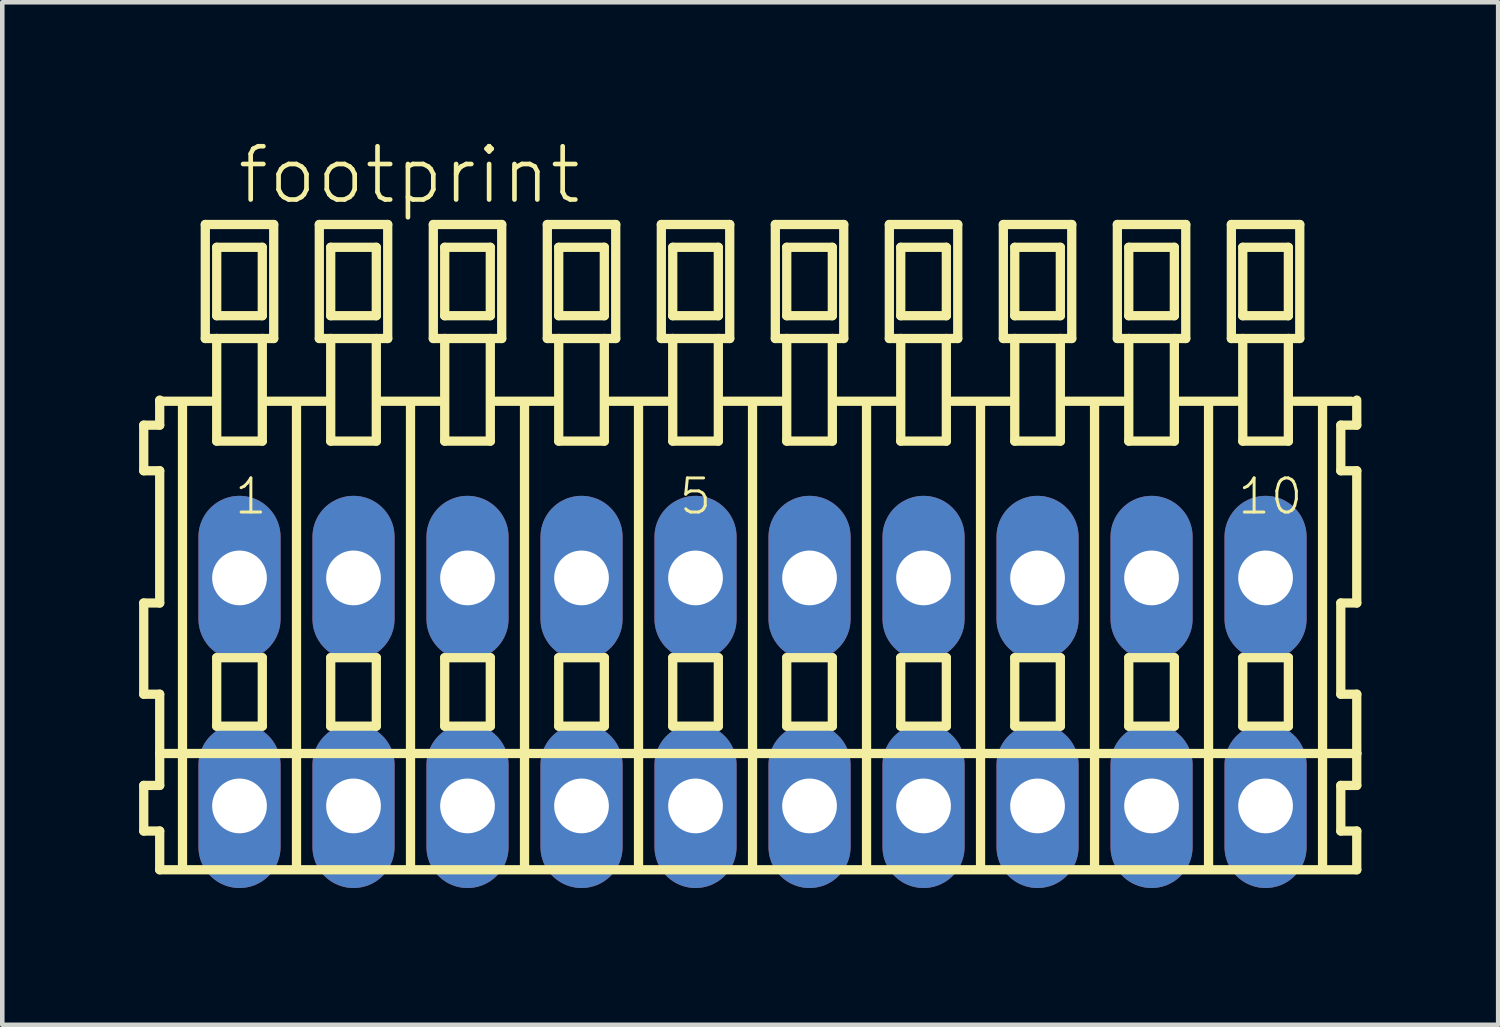
<source format=kicad_pcb>
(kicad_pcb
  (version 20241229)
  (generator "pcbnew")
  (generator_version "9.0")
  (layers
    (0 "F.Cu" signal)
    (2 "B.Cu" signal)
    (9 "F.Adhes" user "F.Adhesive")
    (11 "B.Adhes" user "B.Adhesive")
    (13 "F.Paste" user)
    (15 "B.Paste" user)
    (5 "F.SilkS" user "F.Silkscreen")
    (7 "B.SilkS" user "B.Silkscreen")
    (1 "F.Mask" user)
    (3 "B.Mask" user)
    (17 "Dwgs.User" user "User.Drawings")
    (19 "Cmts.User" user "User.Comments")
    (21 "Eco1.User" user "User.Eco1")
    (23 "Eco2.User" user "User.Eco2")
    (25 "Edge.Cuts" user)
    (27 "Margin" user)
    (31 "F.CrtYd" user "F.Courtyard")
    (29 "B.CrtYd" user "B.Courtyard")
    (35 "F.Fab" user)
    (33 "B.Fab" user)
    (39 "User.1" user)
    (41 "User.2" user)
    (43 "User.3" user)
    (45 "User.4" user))
  (footprint "footprint"
    (layer "F.Cu")
    (at 13.452 12.123)
    (property "Reference" "footprint" (at -11.35 -10.65 0) (layer "F.SilkS") (effects (font (size 1.168 1.168) (thickness 0.102)) (justify left bottom)))
    (fp_line (start -13.35 -5.85) (end -13.35 -4.85) (stroke (width 0.203) (type solid)) (layer "F.SilkS"))
    (fp_line (start -13.35 -4.85) (end -13 -4.85) (stroke (width 0.203) (type solid)) (layer "F.SilkS"))
    (fp_line (start -13.35 -1.95) (end -13.35 0.05) (stroke (width 0.203) (type solid)) (layer "F.SilkS"))
    (fp_line (start -13.35 0.05) (end -13 0.05) (stroke (width 0.203) (type solid)) (layer "F.SilkS"))
    (fp_line (start -13.35 2.05) (end -13.35 3.05) (stroke (width 0.203) (type solid)) (layer "F.SilkS"))
    (fp_line (start -13.35 3.05) (end -13 3.05) (stroke (width 0.203) (type solid)) (layer "F.SilkS"))
    (fp_line (start -13 -6.4) (end -13 -6.375) (stroke (width 0.203) (type solid)) (layer "F.SilkS"))
    (fp_line (start -13 -6.375) (end -13 -5.85) (stroke (width 0.203) (type solid)) (layer "F.SilkS"))
    (fp_line (start -13 -6.375) (end -11.875 -6.375) (stroke (width 0.203) (type solid)) (layer "F.SilkS"))
    (fp_line (start -13 -5.85) (end -13.35 -5.85) (stroke (width 0.203) (type solid)) (layer "F.SilkS"))
    (fp_line (start -13 -4.85) (end -13 -1.95) (stroke (width 0.203) (type solid)) (layer "F.SilkS"))
    (fp_line (start -13 -1.95) (end -13.35 -1.95) (stroke (width 0.203) (type solid)) (layer "F.SilkS"))
    (fp_line (start -13 0.05) (end -13 1.35) (stroke (width 0.203) (type solid)) (layer "F.SilkS"))
    (fp_line (start -13 1.35) (end -13 2.05) (stroke (width 0.203) (type solid)) (layer "F.SilkS"))
    (fp_line (start -13 1.35) (end 13.25 1.35) (stroke (width 0.203) (type solid)) (layer "F.SilkS"))
    (fp_line (start -13 2.05) (end -13.35 2.05) (stroke (width 0.203) (type solid)) (layer "F.SilkS"))
    (fp_line (start -13 3.05) (end -13 3.9) (stroke (width 0.203) (type solid)) (layer "F.SilkS"))
    (fp_line (start -13 3.9) (end 13.25 3.9) (stroke (width 0.203) (type solid)) (layer "F.SilkS"))
    (fp_line (start -12.5 -6.35) (end -12.5 3.8) (stroke (width 0.203) (type solid)) (layer "F.SilkS"))
    (fp_line (start -12 -10.25) (end -12 -7.75) (stroke (width 0.203) (type solid)) (layer "F.SilkS"))
    (fp_line (start -12 -7.75) (end -11.75 -7.75) (stroke (width 0.203) (type solid)) (layer "F.SilkS"))
    (fp_line (start -11.75 -9.75) (end -11.75 -8.25) (stroke (width 0.203) (type solid)) (layer "F.SilkS"))
    (fp_line (start -11.75 -8.25) (end -10.75 -8.25) (stroke (width 0.203) (type solid)) (layer "F.SilkS"))
    (fp_line (start -11.75 -7.75) (end -11.75 -5.5) (stroke (width 0.203) (type solid)) (layer "F.SilkS"))
    (fp_line (start -11.75 -7.75) (end -10.75 -7.75) (stroke (width 0.203) (type solid)) (layer "F.SilkS"))
    (fp_line (start -11.75 -5.5) (end -10.75 -5.5) (stroke (width 0.203) (type solid)) (layer "F.SilkS"))
    (fp_line (start -11.75 -0.75) (end -11.75 0.75) (stroke (width 0.203) (type solid)) (layer "F.SilkS"))
    (fp_line (start -11.75 0.75) (end -10.75 0.75) (stroke (width 0.203) (type solid)) (layer "F.SilkS"))
    (fp_line (start -10.75 -9.75) (end -11.75 -9.75) (stroke (width 0.203) (type solid)) (layer "F.SilkS"))
    (fp_line (start -10.75 -8.25) (end -10.75 -9.75) (stroke (width 0.203) (type solid)) (layer "F.SilkS"))
    (fp_line (start -10.75 -7.75) (end -10.5 -7.75) (stroke (width 0.203) (type solid)) (layer "F.SilkS"))
    (fp_line (start -10.75 -5.5) (end -10.75 -7.75) (stroke (width 0.203) (type solid)) (layer "F.SilkS"))
    (fp_line (start -10.75 -0.75) (end -11.75 -0.75) (stroke (width 0.203) (type solid)) (layer "F.SilkS"))
    (fp_line (start -10.75 0.75) (end -10.75 -0.75) (stroke (width 0.203) (type solid)) (layer "F.SilkS"))
    (fp_line (start -10.625 -6.375) (end -9.375 -6.375) (stroke (width 0.203) (type solid)) (layer "F.SilkS"))
    (fp_line (start -10.5 -10.25) (end -12 -10.25) (stroke (width 0.203) (type solid)) (layer "F.SilkS"))
    (fp_line (start -10.5 -7.75) (end -10.5 -10.25) (stroke (width 0.203) (type solid)) (layer "F.SilkS"))
    (fp_line (start -10 -6.35) (end -10 3.8) (stroke (width 0.203) (type solid)) (layer "F.SilkS"))
    (fp_line (start -9.5 -10.25) (end -9.5 -7.75) (stroke (width 0.203) (type solid)) (layer "F.SilkS"))
    (fp_line (start -9.5 -7.75) (end -9.25 -7.75) (stroke (width 0.203) (type solid)) (layer "F.SilkS"))
    (fp_line (start -9.25 -9.75) (end -9.25 -8.25) (stroke (width 0.203) (type solid)) (layer "F.SilkS"))
    (fp_line (start -9.25 -8.25) (end -8.25 -8.25) (stroke (width 0.203) (type solid)) (layer "F.SilkS"))
    (fp_line (start -9.25 -7.75) (end -9.25 -5.5) (stroke (width 0.203) (type solid)) (layer "F.SilkS"))
    (fp_line (start -9.25 -7.75) (end -8.25 -7.75) (stroke (width 0.203) (type solid)) (layer "F.SilkS"))
    (fp_line (start -9.25 -5.5) (end -8.25 -5.5) (stroke (width 0.203) (type solid)) (layer "F.SilkS"))
    (fp_line (start -9.25 -0.75) (end -9.25 0.75) (stroke (width 0.203) (type solid)) (layer "F.SilkS"))
    (fp_line (start -9.25 0.75) (end -8.25 0.75) (stroke (width 0.203) (type solid)) (layer "F.SilkS"))
    (fp_line (start -8.25 -9.75) (end -9.25 -9.75) (stroke (width 0.203) (type solid)) (layer "F.SilkS"))
    (fp_line (start -8.25 -8.25) (end -8.25 -9.75) (stroke (width 0.203) (type solid)) (layer "F.SilkS"))
    (fp_line (start -8.25 -7.75) (end -8 -7.75) (stroke (width 0.203) (type solid)) (layer "F.SilkS"))
    (fp_line (start -8.25 -5.5) (end -8.25 -7.75) (stroke (width 0.203) (type solid)) (layer "F.SilkS"))
    (fp_line (start -8.25 -0.75) (end -9.25 -0.75) (stroke (width 0.203) (type solid)) (layer "F.SilkS"))
    (fp_line (start -8.25 0.75) (end -8.25 -0.75) (stroke (width 0.203) (type solid)) (layer "F.SilkS"))
    (fp_line (start -8.125 -6.375) (end -6.875 -6.375) (stroke (width 0.203) (type solid)) (layer "F.SilkS"))
    (fp_line (start -8 -10.25) (end -9.5 -10.25) (stroke (width 0.203) (type solid)) (layer "F.SilkS"))
    (fp_line (start -8 -7.75) (end -8 -10.25) (stroke (width 0.203) (type solid)) (layer "F.SilkS"))
    (fp_line (start -7.5 -6.35) (end -7.5 3.8) (stroke (width 0.203) (type solid)) (layer "F.SilkS"))
    (fp_line (start -7 -10.25) (end -7 -7.75) (stroke (width 0.203) (type solid)) (layer "F.SilkS"))
    (fp_line (start -7 -7.75) (end -6.75 -7.75) (stroke (width 0.203) (type solid)) (layer "F.SilkS"))
    (fp_line (start -6.75 -9.75) (end -6.75 -8.25) (stroke (width 0.203) (type solid)) (layer "F.SilkS"))
    (fp_line (start -6.75 -8.25) (end -5.75 -8.25) (stroke (width 0.203) (type solid)) (layer "F.SilkS"))
    (fp_line (start -6.75 -7.75) (end -6.75 -5.5) (stroke (width 0.203) (type solid)) (layer "F.SilkS"))
    (fp_line (start -6.75 -7.75) (end -5.75 -7.75) (stroke (width 0.203) (type solid)) (layer "F.SilkS"))
    (fp_line (start -6.75 -5.5) (end -5.75 -5.5) (stroke (width 0.203) (type solid)) (layer "F.SilkS"))
    (fp_line (start -6.75 -0.75) (end -6.75 0.75) (stroke (width 0.203) (type solid)) (layer "F.SilkS"))
    (fp_line (start -6.75 0.75) (end -5.75 0.75) (stroke (width 0.203) (type solid)) (layer "F.SilkS"))
    (fp_line (start -5.75 -9.75) (end -6.75 -9.75) (stroke (width 0.203) (type solid)) (layer "F.SilkS"))
    (fp_line (start -5.75 -8.25) (end -5.75 -9.75) (stroke (width 0.203) (type solid)) (layer "F.SilkS"))
    (fp_line (start -5.75 -7.75) (end -5.5 -7.75) (stroke (width 0.203) (type solid)) (layer "F.SilkS"))
    (fp_line (start -5.75 -5.5) (end -5.75 -7.75) (stroke (width 0.203) (type solid)) (layer "F.SilkS"))
    (fp_line (start -5.75 -0.75) (end -6.75 -0.75) (stroke (width 0.203) (type solid)) (layer "F.SilkS"))
    (fp_line (start -5.75 0.75) (end -5.75 -0.75) (stroke (width 0.203) (type solid)) (layer "F.SilkS"))
    (fp_line (start -5.625 -6.375) (end -4.375 -6.375) (stroke (width 0.203) (type solid)) (layer "F.SilkS"))
    (fp_line (start -5.5 -10.25) (end -7 -10.25) (stroke (width 0.203) (type solid)) (layer "F.SilkS"))
    (fp_line (start -5.5 -7.75) (end -5.5 -10.25) (stroke (width 0.203) (type solid)) (layer "F.SilkS"))
    (fp_line (start -5 -6.35) (end -5 3.8) (stroke (width 0.203) (type solid)) (layer "F.SilkS"))
    (fp_line (start -4.5 -10.25) (end -4.5 -7.75) (stroke (width 0.203) (type solid)) (layer "F.SilkS"))
    (fp_line (start -4.5 -7.75) (end -4.25 -7.75) (stroke (width 0.203) (type solid)) (layer "F.SilkS"))
    (fp_line (start -4.25 -9.75) (end -4.25 -8.25) (stroke (width 0.203) (type solid)) (layer "F.SilkS"))
    (fp_line (start -4.25 -8.25) (end -3.25 -8.25) (stroke (width 0.203) (type solid)) (layer "F.SilkS"))
    (fp_line (start -4.25 -7.75) (end -4.25 -5.5) (stroke (width 0.203) (type solid)) (layer "F.SilkS"))
    (fp_line (start -4.25 -7.75) (end -3.25 -7.75) (stroke (width 0.203) (type solid)) (layer "F.SilkS"))
    (fp_line (start -4.25 -5.5) (end -3.25 -5.5) (stroke (width 0.203) (type solid)) (layer "F.SilkS"))
    (fp_line (start -4.25 -0.75) (end -4.25 0.75) (stroke (width 0.203) (type solid)) (layer "F.SilkS"))
    (fp_line (start -4.25 0.75) (end -3.25 0.75) (stroke (width 0.203) (type solid)) (layer "F.SilkS"))
    (fp_line (start -3.25 -9.75) (end -4.25 -9.75) (stroke (width 0.203) (type solid)) (layer "F.SilkS"))
    (fp_line (start -3.25 -8.25) (end -3.25 -9.75) (stroke (width 0.203) (type solid)) (layer "F.SilkS"))
    (fp_line (start -3.25 -7.75) (end -3 -7.75) (stroke (width 0.203) (type solid)) (layer "F.SilkS"))
    (fp_line (start -3.25 -5.5) (end -3.25 -7.75) (stroke (width 0.203) (type solid)) (layer "F.SilkS"))
    (fp_line (start -3.25 -0.75) (end -4.25 -0.75) (stroke (width 0.203) (type solid)) (layer "F.SilkS"))
    (fp_line (start -3.25 0.75) (end -3.25 -0.75) (stroke (width 0.203) (type solid)) (layer "F.SilkS"))
    (fp_line (start -3.125 -6.375) (end -1.875 -6.375) (stroke (width 0.203) (type solid)) (layer "F.SilkS"))
    (fp_line (start -3 -10.25) (end -4.5 -10.25) (stroke (width 0.203) (type solid)) (layer "F.SilkS"))
    (fp_line (start -3 -7.75) (end -3 -10.25) (stroke (width 0.203) (type solid)) (layer "F.SilkS"))
    (fp_line (start -2.5 -6.35) (end -2.5 3.8) (stroke (width 0.203) (type solid)) (layer "F.SilkS"))
    (fp_line (start -2 -10.25) (end -2 -7.75) (stroke (width 0.203) (type solid)) (layer "F.SilkS"))
    (fp_line (start -2 -7.75) (end -1.75 -7.75) (stroke (width 0.203) (type solid)) (layer "F.SilkS"))
    (fp_line (start -1.75 -9.75) (end -1.75 -8.25) (stroke (width 0.203) (type solid)) (layer "F.SilkS"))
    (fp_line (start -1.75 -8.25) (end -0.75 -8.25) (stroke (width 0.203) (type solid)) (layer "F.SilkS"))
    (fp_line (start -1.75 -7.75) (end -1.75 -5.5) (stroke (width 0.203) (type solid)) (layer "F.SilkS"))
    (fp_line (start -1.75 -7.75) (end -0.75 -7.75) (stroke (width 0.203) (type solid)) (layer "F.SilkS"))
    (fp_line (start -1.75 -5.5) (end -0.75 -5.5) (stroke (width 0.203) (type solid)) (layer "F.SilkS"))
    (fp_line (start -1.75 -0.75) (end -1.75 0.75) (stroke (width 0.203) (type solid)) (layer "F.SilkS"))
    (fp_line (start -1.75 0.75) (end -0.75 0.75) (stroke (width 0.203) (type solid)) (layer "F.SilkS"))
    (fp_line (start -0.75 -9.75) (end -1.75 -9.75) (stroke (width 0.203) (type solid)) (layer "F.SilkS"))
    (fp_line (start -0.75 -8.25) (end -0.75 -9.75) (stroke (width 0.203) (type solid)) (layer "F.SilkS"))
    (fp_line (start -0.75 -7.75) (end -0.5 -7.75) (stroke (width 0.203) (type solid)) (layer "F.SilkS"))
    (fp_line (start -0.75 -5.5) (end -0.75 -7.75) (stroke (width 0.203) (type solid)) (layer "F.SilkS"))
    (fp_line (start -0.75 -0.75) (end -1.75 -0.75) (stroke (width 0.203) (type solid)) (layer "F.SilkS"))
    (fp_line (start -0.75 0.75) (end -0.75 -0.75) (stroke (width 0.203) (type solid)) (layer "F.SilkS"))
    (fp_line (start -0.625 -6.375) (end 0.625 -6.375) (stroke (width 0.203) (type solid)) (layer "F.SilkS"))
    (fp_line (start -0.5 -10.25) (end -2 -10.25) (stroke (width 0.203) (type solid)) (layer "F.SilkS"))
    (fp_line (start -0.5 -7.75) (end -0.5 -10.25) (stroke (width 0.203) (type solid)) (layer "F.SilkS"))
    (fp_line (start 0 -6.35) (end 0 3.8) (stroke (width 0.203) (type solid)) (layer "F.SilkS"))
    (fp_line (start 0.5 -10.25) (end 0.5 -7.75) (stroke (width 0.203) (type solid)) (layer "F.SilkS"))
    (fp_line (start 0.5 -7.75) (end 0.75 -7.75) (stroke (width 0.203) (type solid)) (layer "F.SilkS"))
    (fp_line (start 0.75 -9.75) (end 0.75 -8.25) (stroke (width 0.203) (type solid)) (layer "F.SilkS"))
    (fp_line (start 0.75 -8.25) (end 1.75 -8.25) (stroke (width 0.203) (type solid)) (layer "F.SilkS"))
    (fp_line (start 0.75 -7.75) (end 0.75 -5.5) (stroke (width 0.203) (type solid)) (layer "F.SilkS"))
    (fp_line (start 0.75 -7.75) (end 1.75 -7.75) (stroke (width 0.203) (type solid)) (layer "F.SilkS"))
    (fp_line (start 0.75 -5.5) (end 1.75 -5.5) (stroke (width 0.203) (type solid)) (layer "F.SilkS"))
    (fp_line (start 0.75 -0.75) (end 0.75 0.75) (stroke (width 0.203) (type solid)) (layer "F.SilkS"))
    (fp_line (start 0.75 0.75) (end 1.75 0.75) (stroke (width 0.203) (type solid)) (layer "F.SilkS"))
    (fp_line (start 1.75 -9.75) (end 0.75 -9.75) (stroke (width 0.203) (type solid)) (layer "F.SilkS"))
    (fp_line (start 1.75 -8.25) (end 1.75 -9.75) (stroke (width 0.203) (type solid)) (layer "F.SilkS"))
    (fp_line (start 1.75 -7.75) (end 2 -7.75) (stroke (width 0.203) (type solid)) (layer "F.SilkS"))
    (fp_line (start 1.75 -5.5) (end 1.75 -7.75) (stroke (width 0.203) (type solid)) (layer "F.SilkS"))
    (fp_line (start 1.75 -0.75) (end 0.75 -0.75) (stroke (width 0.203) (type solid)) (layer "F.SilkS"))
    (fp_line (start 1.75 0.75) (end 1.75 -0.75) (stroke (width 0.203) (type solid)) (layer "F.SilkS"))
    (fp_line (start 1.875 -6.375) (end 3.125 -6.375) (stroke (width 0.203) (type solid)) (layer "F.SilkS"))
    (fp_line (start 2 -10.25) (end 0.5 -10.25) (stroke (width 0.203) (type solid)) (layer "F.SilkS"))
    (fp_line (start 2 -7.75) (end 2 -10.25) (stroke (width 0.203) (type solid)) (layer "F.SilkS"))
    (fp_line (start 2.5 -6.35) (end 2.5 3.8) (stroke (width 0.203) (type solid)) (layer "F.SilkS"))
    (fp_line (start 3 -10.25) (end 3 -7.75) (stroke (width 0.203) (type solid)) (layer "F.SilkS"))
    (fp_line (start 3 -7.75) (end 3.25 -7.75) (stroke (width 0.203) (type solid)) (layer "F.SilkS"))
    (fp_line (start 3.25 -9.75) (end 3.25 -8.25) (stroke (width 0.203) (type solid)) (layer "F.SilkS"))
    (fp_line (start 3.25 -8.25) (end 4.25 -8.25) (stroke (width 0.203) (type solid)) (layer "F.SilkS"))
    (fp_line (start 3.25 -7.75) (end 3.25 -5.5) (stroke (width 0.203) (type solid)) (layer "F.SilkS"))
    (fp_line (start 3.25 -7.75) (end 4.25 -7.75) (stroke (width 0.203) (type solid)) (layer "F.SilkS"))
    (fp_line (start 3.25 -5.5) (end 4.25 -5.5) (stroke (width 0.203) (type solid)) (layer "F.SilkS"))
    (fp_line (start 3.25 -0.75) (end 3.25 0.75) (stroke (width 0.203) (type solid)) (layer "F.SilkS"))
    (fp_line (start 3.25 0.75) (end 4.25 0.75) (stroke (width 0.203) (type solid)) (layer "F.SilkS"))
    (fp_line (start 4.25 -9.75) (end 3.25 -9.75) (stroke (width 0.203) (type solid)) (layer "F.SilkS"))
    (fp_line (start 4.25 -8.25) (end 4.25 -9.75) (stroke (width 0.203) (type solid)) (layer "F.SilkS"))
    (fp_line (start 4.25 -7.75) (end 4.5 -7.75) (stroke (width 0.203) (type solid)) (layer "F.SilkS"))
    (fp_line (start 4.25 -5.5) (end 4.25 -7.75) (stroke (width 0.203) (type solid)) (layer "F.SilkS"))
    (fp_line (start 4.25 -0.75) (end 3.25 -0.75) (stroke (width 0.203) (type solid)) (layer "F.SilkS"))
    (fp_line (start 4.25 0.75) (end 4.25 -0.75) (stroke (width 0.203) (type solid)) (layer "F.SilkS"))
    (fp_line (start 4.375 -6.375) (end 5.625 -6.375) (stroke (width 0.203) (type solid)) (layer "F.SilkS"))
    (fp_line (start 4.5 -10.25) (end 3 -10.25) (stroke (width 0.203) (type solid)) (layer "F.SilkS"))
    (fp_line (start 4.5 -7.75) (end 4.5 -10.25) (stroke (width 0.203) (type solid)) (layer "F.SilkS"))
    (fp_line (start 5 -6.35) (end 5 3.8) (stroke (width 0.203) (type solid)) (layer "F.SilkS"))
    (fp_line (start 5.5 -10.25) (end 5.5 -7.75) (stroke (width 0.203) (type solid)) (layer "F.SilkS"))
    (fp_line (start 5.5 -7.75) (end 5.75 -7.75) (stroke (width 0.203) (type solid)) (layer "F.SilkS"))
    (fp_line (start 5.75 -9.75) (end 5.75 -8.25) (stroke (width 0.203) (type solid)) (layer "F.SilkS"))
    (fp_line (start 5.75 -8.25) (end 6.75 -8.25) (stroke (width 0.203) (type solid)) (layer "F.SilkS"))
    (fp_line (start 5.75 -7.75) (end 5.75 -5.5) (stroke (width 0.203) (type solid)) (layer "F.SilkS"))
    (fp_line (start 5.75 -7.75) (end 6.75 -7.75) (stroke (width 0.203) (type solid)) (layer "F.SilkS"))
    (fp_line (start 5.75 -5.5) (end 6.75 -5.5) (stroke (width 0.203) (type solid)) (layer "F.SilkS"))
    (fp_line (start 5.75 -0.75) (end 5.75 0.75) (stroke (width 0.203) (type solid)) (layer "F.SilkS"))
    (fp_line (start 5.75 0.75) (end 6.75 0.75) (stroke (width 0.203) (type solid)) (layer "F.SilkS"))
    (fp_line (start 6.75 -9.75) (end 5.75 -9.75) (stroke (width 0.203) (type solid)) (layer "F.SilkS"))
    (fp_line (start 6.75 -8.25) (end 6.75 -9.75) (stroke (width 0.203) (type solid)) (layer "F.SilkS"))
    (fp_line (start 6.75 -7.75) (end 7 -7.75) (stroke (width 0.203) (type solid)) (layer "F.SilkS"))
    (fp_line (start 6.75 -5.5) (end 6.75 -7.75) (stroke (width 0.203) (type solid)) (layer "F.SilkS"))
    (fp_line (start 6.75 -0.75) (end 5.75 -0.75) (stroke (width 0.203) (type solid)) (layer "F.SilkS"))
    (fp_line (start 6.75 0.75) (end 6.75 -0.75) (stroke (width 0.203) (type solid)) (layer "F.SilkS"))
    (fp_line (start 6.875 -6.375) (end 8.125 -6.375) (stroke (width 0.203) (type solid)) (layer "F.SilkS"))
    (fp_line (start 7 -10.25) (end 5.5 -10.25) (stroke (width 0.203) (type solid)) (layer "F.SilkS"))
    (fp_line (start 7 -7.75) (end 7 -10.25) (stroke (width 0.203) (type solid)) (layer "F.SilkS"))
    (fp_line (start 7.5 -6.35) (end 7.5 3.8) (stroke (width 0.203) (type solid)) (layer "F.SilkS"))
    (fp_line (start 8 -10.25) (end 8 -7.75) (stroke (width 0.203) (type solid)) (layer "F.SilkS"))
    (fp_line (start 8 -7.75) (end 8.25 -7.75) (stroke (width 0.203) (type solid)) (layer "F.SilkS"))
    (fp_line (start 8.25 -9.75) (end 8.25 -8.25) (stroke (width 0.203) (type solid)) (layer "F.SilkS"))
    (fp_line (start 8.25 -8.25) (end 9.25 -8.25) (stroke (width 0.203) (type solid)) (layer "F.SilkS"))
    (fp_line (start 8.25 -7.75) (end 8.25 -5.5) (stroke (width 0.203) (type solid)) (layer "F.SilkS"))
    (fp_line (start 8.25 -7.75) (end 9.25 -7.75) (stroke (width 0.203) (type solid)) (layer "F.SilkS"))
    (fp_line (start 8.25 -5.5) (end 9.25 -5.5) (stroke (width 0.203) (type solid)) (layer "F.SilkS"))
    (fp_line (start 8.25 -0.75) (end 8.25 0.75) (stroke (width 0.203) (type solid)) (layer "F.SilkS"))
    (fp_line (start 8.25 0.75) (end 9.25 0.75) (stroke (width 0.203) (type solid)) (layer "F.SilkS"))
    (fp_line (start 9.25 -9.75) (end 8.25 -9.75) (stroke (width 0.203) (type solid)) (layer "F.SilkS"))
    (fp_line (start 9.25 -8.25) (end 9.25 -9.75) (stroke (width 0.203) (type solid)) (layer "F.SilkS"))
    (fp_line (start 9.25 -7.75) (end 9.5 -7.75) (stroke (width 0.203) (type solid)) (layer "F.SilkS"))
    (fp_line (start 9.25 -5.5) (end 9.25 -7.75) (stroke (width 0.203) (type solid)) (layer "F.SilkS"))
    (fp_line (start 9.25 -0.75) (end 8.25 -0.75) (stroke (width 0.203) (type solid)) (layer "F.SilkS"))
    (fp_line (start 9.25 0.75) (end 9.25 -0.75) (stroke (width 0.203) (type solid)) (layer "F.SilkS"))
    (fp_line (start 9.375 -6.375) (end 10.625 -6.375) (stroke (width 0.203) (type solid)) (layer "F.SilkS"))
    (fp_line (start 9.5 -10.25) (end 8 -10.25) (stroke (width 0.203) (type solid)) (layer "F.SilkS"))
    (fp_line (start 9.5 -7.75) (end 9.5 -10.25) (stroke (width 0.203) (type solid)) (layer "F.SilkS"))
    (fp_line (start 10 -6.35) (end 10 3.8) (stroke (width 0.203) (type solid)) (layer "F.SilkS"))
    (fp_line (start 10.5 -10.25) (end 10.5 -7.75) (stroke (width 0.203) (type solid)) (layer "F.SilkS"))
    (fp_line (start 10.5 -7.75) (end 10.75 -7.75) (stroke (width 0.203) (type solid)) (layer "F.SilkS"))
    (fp_line (start 10.75 -9.75) (end 10.75 -8.25) (stroke (width 0.203) (type solid)) (layer "F.SilkS"))
    (fp_line (start 10.75 -8.25) (end 11.75 -8.25) (stroke (width 0.203) (type solid)) (layer "F.SilkS"))
    (fp_line (start 10.75 -7.75) (end 10.75 -5.5) (stroke (width 0.203) (type solid)) (layer "F.SilkS"))
    (fp_line (start 10.75 -7.75) (end 11.75 -7.75) (stroke (width 0.203) (type solid)) (layer "F.SilkS"))
    (fp_line (start 10.75 -5.5) (end 11.75 -5.5) (stroke (width 0.203) (type solid)) (layer "F.SilkS"))
    (fp_line (start 10.75 -0.75) (end 10.75 0.75) (stroke (width 0.203) (type solid)) (layer "F.SilkS"))
    (fp_line (start 10.75 0.75) (end 11.75 0.75) (stroke (width 0.203) (type solid)) (layer "F.SilkS"))
    (fp_line (start 11.75 -9.75) (end 10.75 -9.75) (stroke (width 0.203) (type solid)) (layer "F.SilkS"))
    (fp_line (start 11.75 -8.25) (end 11.75 -9.75) (stroke (width 0.203) (type solid)) (layer "F.SilkS"))
    (fp_line (start 11.75 -7.75) (end 12 -7.75) (stroke (width 0.203) (type solid)) (layer "F.SilkS"))
    (fp_line (start 11.75 -5.5) (end 11.75 -7.75) (stroke (width 0.203) (type solid)) (layer "F.SilkS"))
    (fp_line (start 11.75 -0.75) (end 10.75 -0.75) (stroke (width 0.203) (type solid)) (layer "F.SilkS"))
    (fp_line (start 11.75 0.75) (end 11.75 -0.75) (stroke (width 0.203) (type solid)) (layer "F.SilkS"))
    (fp_line (start 11.875 -6.375) (end 13.125 -6.375) (stroke (width 0.203) (type solid)) (layer "F.SilkS"))
    (fp_line (start 12 -10.25) (end 10.5 -10.25) (stroke (width 0.203) (type solid)) (layer "F.SilkS"))
    (fp_line (start 12 -7.75) (end 12 -10.25) (stroke (width 0.203) (type solid)) (layer "F.SilkS"))
    (fp_line (start 12.5 -6.35) (end 12.5 3.8) (stroke (width 0.203) (type solid)) (layer "F.SilkS"))
    (fp_line (start 12.9 -5.85) (end 12.9 -4.85) (stroke (width 0.203) (type solid)) (layer "F.SilkS"))
    (fp_line (start 12.9 -4.85) (end 13.25 -4.85) (stroke (width 0.203) (type solid)) (layer "F.SilkS"))
    (fp_line (start 12.9 -1.95) (end 12.9 0.05) (stroke (width 0.203) (type solid)) (layer "F.SilkS"))
    (fp_line (start 12.9 0.05) (end 13.25 0.05) (stroke (width 0.203) (type solid)) (layer "F.SilkS"))
    (fp_line (start 12.9 2.05) (end 12.9 3.05) (stroke (width 0.203) (type solid)) (layer "F.SilkS"))
    (fp_line (start 12.9 3.05) (end 13.25 3.05) (stroke (width 0.203) (type solid)) (layer "F.SilkS"))
    (fp_line (start 13.25 -5.85) (end 12.9 -5.85) (stroke (width 0.203) (type solid)) (layer "F.SilkS"))
    (fp_line (start 13.25 -5.85) (end 13.25 -6.4) (stroke (width 0.203) (type solid)) (layer "F.SilkS"))
    (fp_line (start 13.25 -1.95) (end 12.9 -1.95) (stroke (width 0.203) (type solid)) (layer "F.SilkS"))
    (fp_line (start 13.25 -1.95) (end 13.25 -4.85) (stroke (width 0.203) (type solid)) (layer "F.SilkS"))
    (fp_line (start 13.25 1.35) (end 13.25 0.05) (stroke (width 0.203) (type solid)) (layer "F.SilkS"))
    (fp_line (start 13.25 2.05) (end 12.9 2.05) (stroke (width 0.203) (type solid)) (layer "F.SilkS"))
    (fp_line (start 13.25 2.05) (end 13.25 1.35) (stroke (width 0.203) (type solid)) (layer "F.SilkS"))
    (fp_line (start 13.25 3.9) (end 13.25 3.05) (stroke (width 0.203) (type solid)) (layer "F.SilkS"))
    (fp_text user "5" (at -1.65 -3.85 0) (layer "F.SilkS") (effects (font (size 0.748 0.748) (thickness 0.065)) (justify left bottom)))
    (fp_text user "10" (at 10.6 -3.85 0) (layer "F.SilkS") (effects (font (size 0.748 0.748) (thickness 0.065)) (justify left bottom)))
    (fp_text user "1" (at -11.4 -3.85 0) (layer "F.SilkS") (effects (font (size 0.748 0.748) (thickness 0.065)) (justify left bottom)))
    (pad "A1" thru_hole oval (at -11.25 -2.5 90) (size 3.6 1.8) (drill 1.2) (layers "*.Cu" "*.Mask"))
    (pad "A2" thru_hole oval (at -8.75 -2.5 90) (size 3.6 1.8) (drill 1.2) (layers "*.Cu" "*.Mask"))
    (pad "A3" thru_hole oval (at -6.25 -2.5 90) (size 3.6 1.8) (drill 1.2) (layers "*.Cu" "*.Mask"))
    (pad "A4" thru_hole oval (at -3.75 -2.5 90) (size 3.6 1.8) (drill 1.2) (layers "*.Cu" "*.Mask"))
    (pad "A5" thru_hole oval (at -1.25 -2.5 90) (size 3.6 1.8) (drill 1.2) (layers "*.Cu" "*.Mask"))
    (pad "A6" thru_hole oval (at 1.25 -2.5 90) (size 3.6 1.8) (drill 1.2) (layers "*.Cu" "*.Mask"))
    (pad "A7" thru_hole oval (at 3.75 -2.5 90) (size 3.6 1.8) (drill 1.2) (layers "*.Cu" "*.Mask"))
    (pad "A8" thru_hole oval (at 6.25 -2.5 90) (size 3.6 1.8) (drill 1.2) (layers "*.Cu" "*.Mask"))
    (pad "A9" thru_hole oval (at 8.75 -2.5 90) (size 3.6 1.8) (drill 1.2) (layers "*.Cu" "*.Mask"))
    (pad "A10" thru_hole oval (at 11.25 -2.5 90) (size 3.6 1.8) (drill 1.2) (layers "*.Cu" "*.Mask"))
    (pad "B1" thru_hole oval (at -11.25 2.5 90) (size 3.6 1.8) (drill 1.2) (layers "*.Cu" "*.Mask"))
    (pad "B2" thru_hole oval (at -8.75 2.5 90) (size 3.6 1.8) (drill 1.2) (layers "*.Cu" "*.Mask"))
    (pad "B3" thru_hole oval (at -6.25 2.5 90) (size 3.6 1.8) (drill 1.2) (layers "*.Cu" "*.Mask"))
    (pad "B4" thru_hole oval (at -3.75 2.5 90) (size 3.6 1.8) (drill 1.2) (layers "*.Cu" "*.Mask"))
    (pad "B5" thru_hole oval (at -1.25 2.5 90) (size 3.6 1.8) (drill 1.2) (layers "*.Cu" "*.Mask"))
    (pad "B6" thru_hole oval (at 1.25 2.5 90) (size 3.6 1.8) (drill 1.2) (layers "*.Cu" "*.Mask"))
    (pad "B7" thru_hole oval (at 3.75 2.5 90) (size 3.6 1.8) (drill 1.2) (layers "*.Cu" "*.Mask"))
    (pad "B8" thru_hole oval (at 6.25 2.5 90) (size 3.6 1.8) (drill 1.2) (layers "*.Cu" "*.Mask"))
    (pad "B9" thru_hole oval (at 8.75 2.5 90) (size 3.6 1.8) (drill 1.2) (layers "*.Cu" "*.Mask"))
    (pad "B10" thru_hole oval (at 11.25 2.5 90) (size 3.6 1.8) (drill 1.2) (layers "*.Cu" "*.Mask")))
  (gr_rect
    (start -3 -3)
    (end 29.803 19.423)
    (stroke (width 0.1) (type default))
    (fill no)
    (layer "Edge.Cuts")))
</source>
